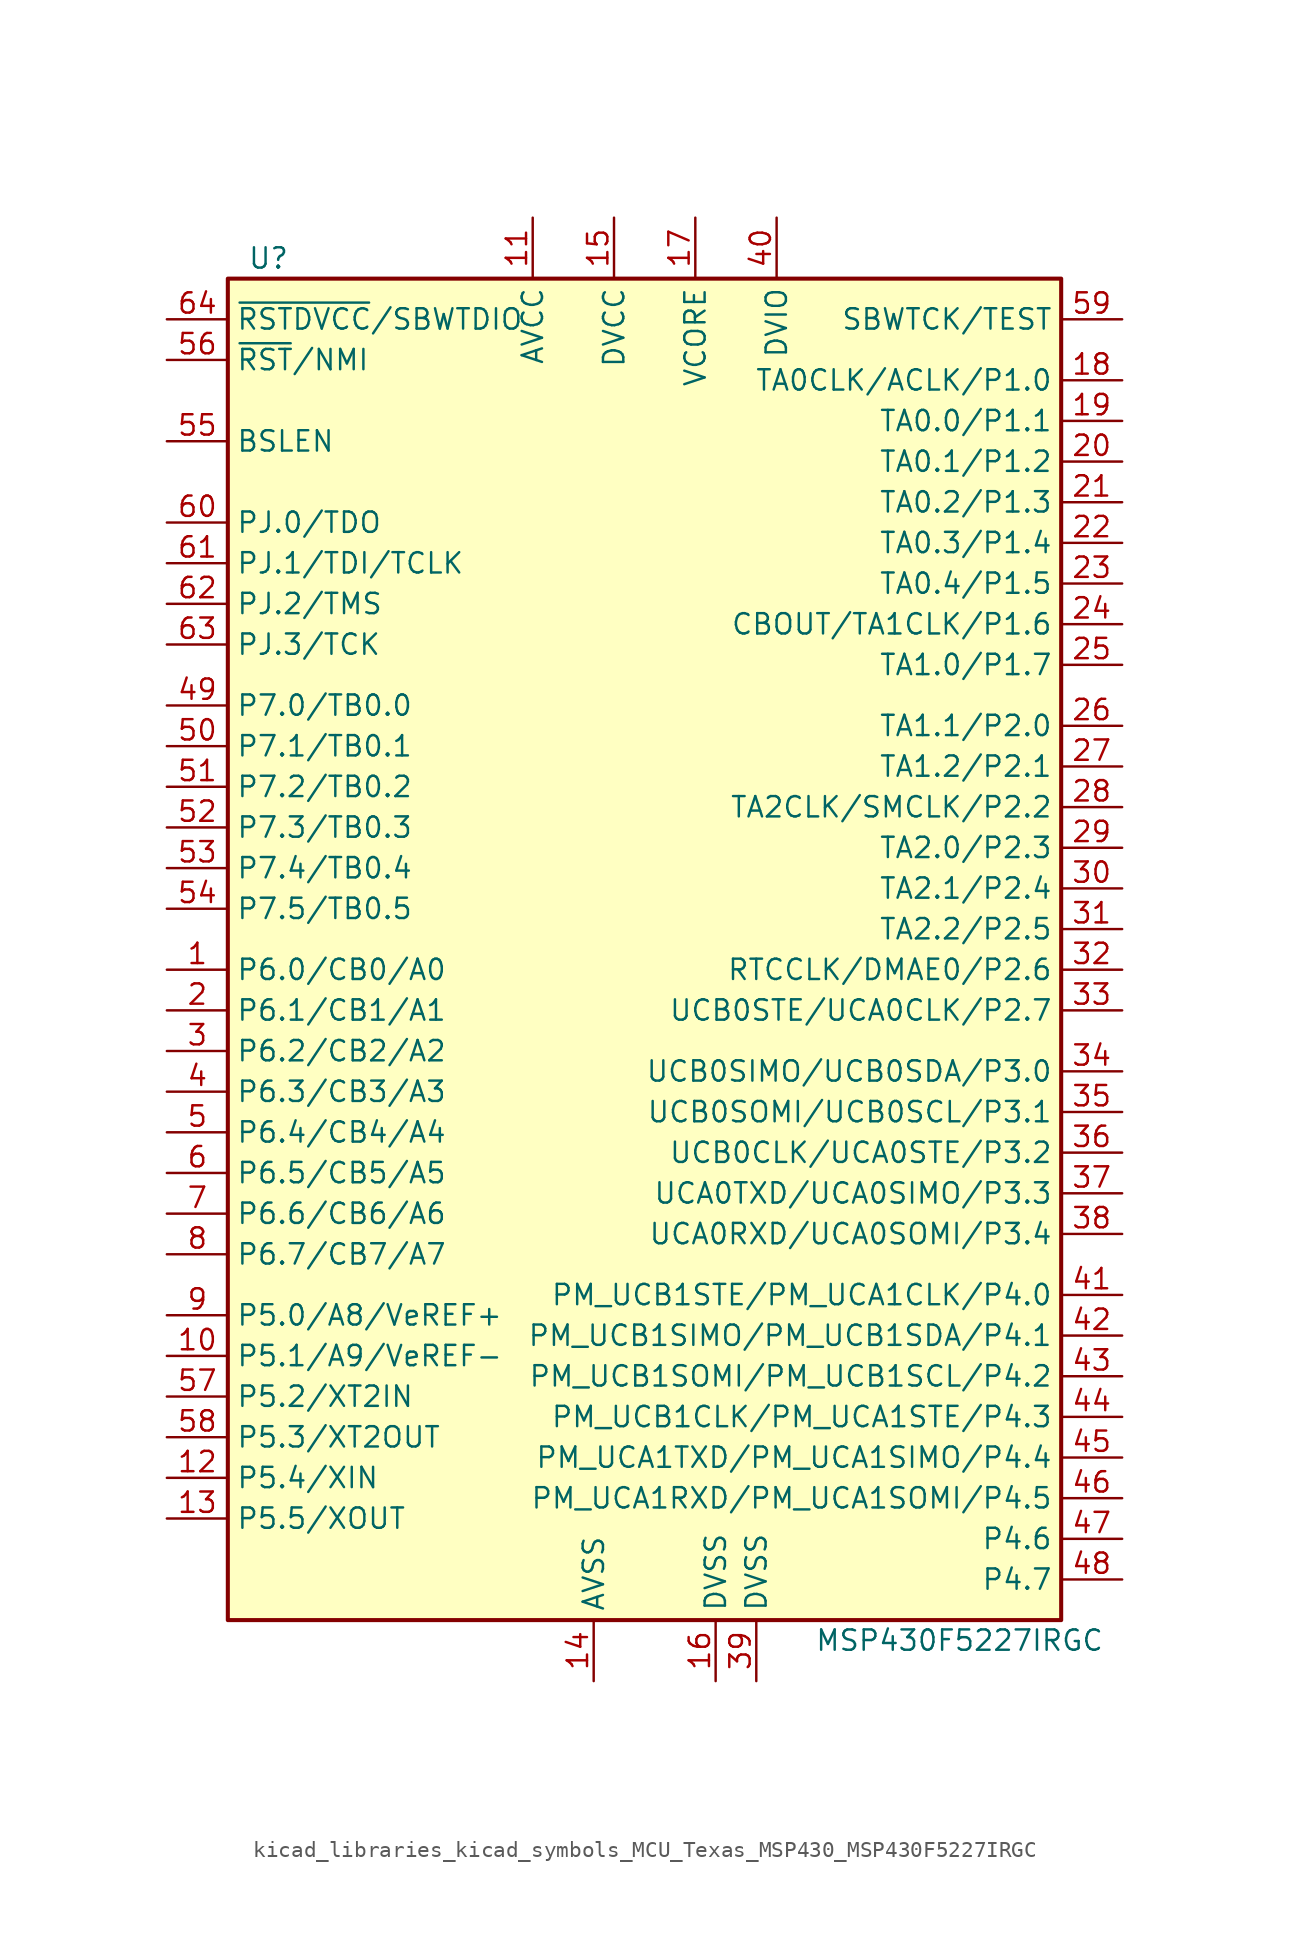
<source format=kicad_sym>
(kicad_symbol_lib
  (version 20220914)
  (generator kicad_symbol_editor)
  (symbol "kicad_libraries_kicad_symbols_MCU_Texas_MSP430_MSP430F5227IRGC"
    (property "Reference" "U"
      (at -24.13 43.18 0)
      (effects (font (size 1.27 1.27))))
    (property "Value" "MSP430F5227IRGC"
      (at 19.05 -43.18 0)
      (effects (font (size 1.27 1.27))))
    (symbol "kicad_libraries_kicad_symbols_MCU_Texas_MSP430_MSP430F5227IRGC_0_1"
      (rectangle (start -26.67 41.91) (end 25.4 -41.91) (stroke (width 0.254) (type default)) (fill (type background))))
    (symbol "kicad_libraries_kicad_symbols_MCU_Texas_MSP430_MSP430F5227IRGC_1_1"
      (pin bidirectional line (at -30.48 -1.27 0) (length 3.81) (name "P6.0/CB0/A0" (effects (font (size 1.27 1.27)))) (number "1" (effects (font (size 1.27 1.27)))))
      (pin bidirectional line (at -30.48 -25.4 0) (length 3.81) (name "P5.1/A9/VeREF-" (effects (font (size 1.27 1.27)))) (number "10" (effects (font (size 1.27 1.27)))))
      (pin power_in line (at -7.62 45.72 270) (length 3.81) (name "AVCC" (effects (font (size 1.27 1.27)))) (number "11" (effects (font (size 1.27 1.27)))))
      (pin bidirectional line (at -30.48 -33.02 0) (length 3.81) (name "P5.4/XIN" (effects (font (size 1.27 1.27)))) (number "12" (effects (font (size 1.27 1.27)))))
      (pin bidirectional line (at -30.48 -35.56 0) (length 3.81) (name "P5.5/XOUT" (effects (font (size 1.27 1.27)))) (number "13" (effects (font (size 1.27 1.27)))))
      (pin power_in line (at -3.81 -45.72 90) (length 3.81) (name "AVSS" (effects (font (size 1.27 1.27)))) (number "14" (effects (font (size 1.27 1.27)))))
      (pin power_in line (at -2.54 45.72 270) (length 3.81) (name "DVCC" (effects (font (size 1.27 1.27)))) (number "15" (effects (font (size 1.27 1.27)))))
      (pin power_in line (at 3.81 -45.72 90) (length 3.81) (name "DVSS" (effects (font (size 1.27 1.27)))) (number "16" (effects (font (size 1.27 1.27)))))
      (pin power_in line (at 2.54 45.72 270) (length 3.81) (name "VCORE" (effects (font (size 1.27 1.27)))) (number "17" (effects (font (size 1.27 1.27)))))
      (pin bidirectional line (at 29.21 35.56 180) (length 3.81) (name "TA0CLK/ACLK/P1.0" (effects (font (size 1.27 1.27)))) (number "18" (effects (font (size 1.27 1.27)))))
      (pin bidirectional line (at 29.21 33.02 180) (length 3.81) (name "TA0.0/P1.1" (effects (font (size 1.27 1.27)))) (number "19" (effects (font (size 1.27 1.27)))))
      (pin bidirectional line (at -30.48 -3.81 0) (length 3.81) (name "P6.1/CB1/A1" (effects (font (size 1.27 1.27)))) (number "2" (effects (font (size 1.27 1.27)))))
      (pin bidirectional line (at 29.21 30.48 180) (length 3.81) (name "TA0.1/P1.2" (effects (font (size 1.27 1.27)))) (number "20" (effects (font (size 1.27 1.27)))))
      (pin bidirectional line (at 29.21 27.94 180) (length 3.81) (name "TA0.2/P1.3" (effects (font (size 1.27 1.27)))) (number "21" (effects (font (size 1.27 1.27)))))
      (pin bidirectional line (at 29.21 25.4 180) (length 3.81) (name "TA0.3/P1.4" (effects (font (size 1.27 1.27)))) (number "22" (effects (font (size 1.27 1.27)))))
      (pin bidirectional line (at 29.21 22.86 180) (length 3.81) (name "TA0.4/P1.5" (effects (font (size 1.27 1.27)))) (number "23" (effects (font (size 1.27 1.27)))))
      (pin bidirectional line (at 29.21 20.32 180) (length 3.81) (name "CBOUT/TA1CLK/P1.6" (effects (font (size 1.27 1.27)))) (number "24" (effects (font (size 1.27 1.27)))))
      (pin bidirectional line (at 29.21 17.78 180) (length 3.81) (name "TA1.0/P1.7" (effects (font (size 1.27 1.27)))) (number "25" (effects (font (size 1.27 1.27)))))
      (pin bidirectional line (at 29.21 13.97 180) (length 3.81) (name "TA1.1/P2.0" (effects (font (size 1.27 1.27)))) (number "26" (effects (font (size 1.27 1.27)))))
      (pin bidirectional line (at 29.21 11.43 180) (length 3.81) (name "TA1.2/P2.1" (effects (font (size 1.27 1.27)))) (number "27" (effects (font (size 1.27 1.27)))))
      (pin bidirectional line (at 29.21 8.89 180) (length 3.81) (name "TA2CLK/SMCLK/P2.2" (effects (font (size 1.27 1.27)))) (number "28" (effects (font (size 1.27 1.27)))))
      (pin bidirectional line (at 29.21 6.35 180) (length 3.81) (name "TA2.0/P2.3" (effects (font (size 1.27 1.27)))) (number "29" (effects (font (size 1.27 1.27)))))
      (pin bidirectional line (at -30.48 -6.35 0) (length 3.81) (name "P6.2/CB2/A2" (effects (font (size 1.27 1.27)))) (number "3" (effects (font (size 1.27 1.27)))))
      (pin bidirectional line (at 29.21 3.81 180) (length 3.81) (name "TA2.1/P2.4" (effects (font (size 1.27 1.27)))) (number "30" (effects (font (size 1.27 1.27)))))
      (pin bidirectional line (at 29.21 1.27 180) (length 3.81) (name "TA2.2/P2.5" (effects (font (size 1.27 1.27)))) (number "31" (effects (font (size 1.27 1.27)))))
      (pin bidirectional line (at 29.21 -1.27 180) (length 3.81) (name "RTCCLK/DMAE0/P2.6" (effects (font (size 1.27 1.27)))) (number "32" (effects (font (size 1.27 1.27)))))
      (pin bidirectional line (at 29.21 -3.81 180) (length 3.81) (name "UCB0STE/UCA0CLK/P2.7" (effects (font (size 1.27 1.27)))) (number "33" (effects (font (size 1.27 1.27)))))
      (pin bidirectional line (at 29.21 -7.62 180) (length 3.81) (name "UCB0SIMO/UCB0SDA/P3.0" (effects (font (size 1.27 1.27)))) (number "34" (effects (font (size 1.27 1.27)))))
      (pin bidirectional line (at 29.21 -10.16 180) (length 3.81) (name "UCB0SOMI/UCB0SCL/P3.1" (effects (font (size 1.27 1.27)))) (number "35" (effects (font (size 1.27 1.27)))))
      (pin bidirectional line (at 29.21 -12.7 180) (length 3.81) (name "UCB0CLK/UCA0STE/P3.2" (effects (font (size 1.27 1.27)))) (number "36" (effects (font (size 1.27 1.27)))))
      (pin bidirectional line (at 29.21 -15.24 180) (length 3.81) (name "UCA0TXD/UCA0SIMO/P3.3" (effects (font (size 1.27 1.27)))) (number "37" (effects (font (size 1.27 1.27)))))
      (pin bidirectional line (at 29.21 -17.78 180) (length 3.81) (name "UCA0RXD/UCA0SOMI/P3.4" (effects (font (size 1.27 1.27)))) (number "38" (effects (font (size 1.27 1.27)))))
      (pin power_in line (at 6.35 -45.72 90) (length 3.81) (name "DVSS" (effects (font (size 1.27 1.27)))) (number "39" (effects (font (size 1.27 1.27)))))
      (pin bidirectional line (at -30.48 -8.89 0) (length 3.81) (name "P6.3/CB3/A3" (effects (font (size 1.27 1.27)))) (number "4" (effects (font (size 1.27 1.27)))))
      (pin power_in line (at 7.62 45.72 270) (length 3.81) (name "DVIO" (effects (font (size 1.27 1.27)))) (number "40" (effects (font (size 1.27 1.27)))))
      (pin bidirectional line (at 29.21 -21.59 180) (length 3.81) (name "PM_UCB1STE/PM_UCA1CLK/P4.0" (effects (font (size 1.27 1.27)))) (number "41" (effects (font (size 1.27 1.27)))))
      (pin bidirectional line (at 29.21 -24.13 180) (length 3.81) (name "PM_UCB1SIMO/PM_UCB1SDA/P4.1" (effects (font (size 1.27 1.27)))) (number "42" (effects (font (size 1.27 1.27)))))
      (pin bidirectional line (at 29.21 -26.67 180) (length 3.81) (name "PM_UCB1SOMI/PM_UCB1SCL/P4.2" (effects (font (size 1.27 1.27)))) (number "43" (effects (font (size 1.27 1.27)))))
      (pin bidirectional line (at 29.21 -29.21 180) (length 3.81) (name "PM_UCB1CLK/PM_UCA1STE/P4.3" (effects (font (size 1.27 1.27)))) (number "44" (effects (font (size 1.27 1.27)))))
      (pin bidirectional line (at 29.21 -31.75 180) (length 3.81) (name "PM_UCA1TXD/PM_UCA1SIMO/P4.4" (effects (font (size 1.27 1.27)))) (number "45" (effects (font (size 1.27 1.27)))))
      (pin bidirectional line (at 29.21 -34.29 180) (length 3.81) (name "PM_UCA1RXD/PM_UCA1SOMI/P4.5" (effects (font (size 1.27 1.27)))) (number "46" (effects (font (size 1.27 1.27)))))
      (pin bidirectional line (at 29.21 -36.83 180) (length 3.81) (name "P4.6" (effects (font (size 1.27 1.27)))) (number "47" (effects (font (size 1.27 1.27)))))
      (pin bidirectional line (at 29.21 -39.37 180) (length 3.81) (name "P4.7" (effects (font (size 1.27 1.27)))) (number "48" (effects (font (size 1.27 1.27)))))
      (pin bidirectional line (at -30.48 15.24 0) (length 3.81) (name "P7.0/TB0.0" (effects (font (size 1.27 1.27)))) (number "49" (effects (font (size 1.27 1.27)))))
      (pin bidirectional line (at -30.48 -11.43 0) (length 3.81) (name "P6.4/CB4/A4" (effects (font (size 1.27 1.27)))) (number "5" (effects (font (size 1.27 1.27)))))
      (pin bidirectional line (at -30.48 12.7 0) (length 3.81) (name "P7.1/TB0.1" (effects (font (size 1.27 1.27)))) (number "50" (effects (font (size 1.27 1.27)))))
      (pin bidirectional line (at -30.48 10.16 0) (length 3.81) (name "P7.2/TB0.2" (effects (font (size 1.27 1.27)))) (number "51" (effects (font (size 1.27 1.27)))))
      (pin bidirectional line (at -30.48 7.62 0) (length 3.81) (name "P7.3/TB0.3" (effects (font (size 1.27 1.27)))) (number "52" (effects (font (size 1.27 1.27)))))
      (pin bidirectional line (at -30.48 5.08 0) (length 3.81) (name "P7.4/TB0.4" (effects (font (size 1.27 1.27)))) (number "53" (effects (font (size 1.27 1.27)))))
      (pin bidirectional line (at -30.48 2.54 0) (length 3.81) (name "P7.5/TB0.5" (effects (font (size 1.27 1.27)))) (number "54" (effects (font (size 1.27 1.27)))))
      (pin bidirectional line (at -30.48 31.75 0) (length 3.81) (name "BSLEN" (effects (font (size 1.27 1.27)))) (number "55" (effects (font (size 1.27 1.27)))))
      (pin input line (at -30.48 36.83 0) (length 3.81) (name "~{RST}/NMI" (effects (font (size 1.27 1.27)))) (number "56" (effects (font (size 1.27 1.27)))))
      (pin bidirectional line (at -30.48 -27.94 0) (length 3.81) (name "P5.2/XT2IN" (effects (font (size 1.27 1.27)))) (number "57" (effects (font (size 1.27 1.27)))))
      (pin bidirectional line (at -30.48 -30.48 0) (length 3.81) (name "P5.3/XT2OUT" (effects (font (size 1.27 1.27)))) (number "58" (effects (font (size 1.27 1.27)))))
      (pin input line (at 29.21 39.37 180) (length 3.81) (name "SBWTCK/TEST" (effects (font (size 1.27 1.27)))) (number "59" (effects (font (size 1.27 1.27)))))
      (pin bidirectional line (at -30.48 -13.97 0) (length 3.81) (name "P6.5/CB5/A5" (effects (font (size 1.27 1.27)))) (number "6" (effects (font (size 1.27 1.27)))))
      (pin bidirectional line (at -30.48 26.67 0) (length 3.81) (name "PJ.0/TDO" (effects (font (size 1.27 1.27)))) (number "60" (effects (font (size 1.27 1.27)))))
      (pin bidirectional line (at -30.48 24.13 0) (length 3.81) (name "PJ.1/TDI/TCLK" (effects (font (size 1.27 1.27)))) (number "61" (effects (font (size 1.27 1.27)))))
      (pin bidirectional line (at -30.48 21.59 0) (length 3.81) (name "PJ.2/TMS" (effects (font (size 1.27 1.27)))) (number "62" (effects (font (size 1.27 1.27)))))
      (pin bidirectional line (at -30.48 19.05 0) (length 3.81) (name "PJ.3/TCK" (effects (font (size 1.27 1.27)))) (number "63" (effects (font (size 1.27 1.27)))))
      (pin bidirectional line (at -30.48 39.37 0) (length 3.81) (name "~{RSTDVCC}/SBWTDIO" (effects (font (size 1.27 1.27)))) (number "64" (effects (font (size 1.27 1.27)))))
      (pin bidirectional line (at -30.48 -16.51 0) (length 3.81) (name "P6.6/CB6/A6" (effects (font (size 1.27 1.27)))) (number "7" (effects (font (size 1.27 1.27)))))
      (pin bidirectional line (at -30.48 -19.05 0) (length 3.81) (name "P6.7/CB7/A7" (effects (font (size 1.27 1.27)))) (number "8" (effects (font (size 1.27 1.27)))))
      (pin bidirectional line (at -30.48 -22.86 0) (length 3.81) (name "P5.0/A8/VeREF+" (effects (font (size 1.27 1.27)))) (number "9" (effects (font (size 1.27 1.27))))))))
</source>
